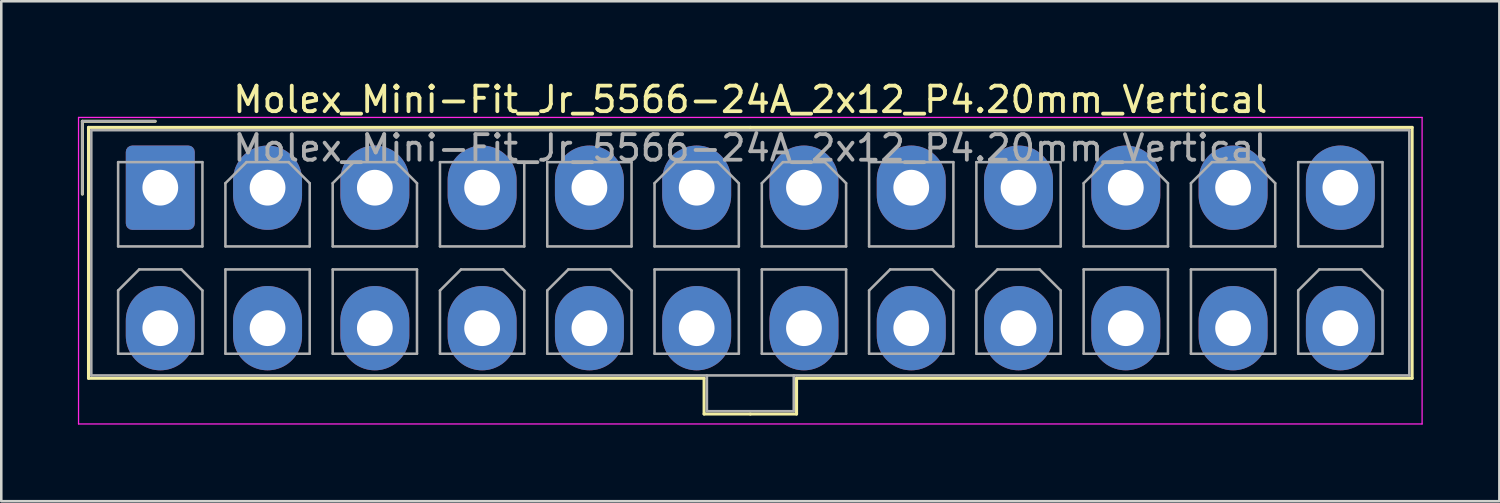
<source format=kicad_pcb>
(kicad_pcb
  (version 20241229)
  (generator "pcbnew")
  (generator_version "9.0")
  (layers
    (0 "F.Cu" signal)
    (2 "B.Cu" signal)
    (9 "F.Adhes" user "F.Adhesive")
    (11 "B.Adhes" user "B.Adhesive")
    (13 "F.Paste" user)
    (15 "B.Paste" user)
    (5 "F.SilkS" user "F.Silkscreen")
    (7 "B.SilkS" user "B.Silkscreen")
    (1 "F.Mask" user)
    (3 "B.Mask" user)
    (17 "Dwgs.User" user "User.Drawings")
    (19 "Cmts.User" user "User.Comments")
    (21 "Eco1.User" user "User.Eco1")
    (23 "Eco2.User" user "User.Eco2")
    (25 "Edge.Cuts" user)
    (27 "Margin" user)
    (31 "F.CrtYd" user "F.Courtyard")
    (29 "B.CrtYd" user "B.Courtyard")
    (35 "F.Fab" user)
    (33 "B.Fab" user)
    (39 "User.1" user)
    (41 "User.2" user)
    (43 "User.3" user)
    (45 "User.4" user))
  (footprint "Molex_Mini-Fit_Jr_5566-24A_2x12_P4.20mm_Vertical"
    (layer "F.Cu")
    (at 3.225 4.298)
    (property "Reference" "Molex_Mini-Fit_Jr_5566-24A_2x12_P4.20mm_Vertical" (at 23.1 -3.45 0) (layer "F.SilkS") (effects (font (size 1 1) (thickness 0.15))))
    (attr through_hole)
    (fp_line (start -3.05 -2.6) (end -3.05 0.25) (stroke (width 0.12) (type solid)) (layer "F.SilkS"))
    (fp_line (start -2.81 -2.36) (end -2.81 7.46) (stroke (width 0.12) (type solid)) (layer "F.SilkS"))
    (fp_line (start -2.81 7.46) (end 21.29 7.46) (stroke (width 0.12) (type solid)) (layer "F.SilkS"))
    (fp_line (start -0.2 -2.6) (end -3.05 -2.6) (stroke (width 0.12) (type solid)) (layer "F.SilkS"))
    (fp_line (start 21.29 7.46) (end 21.29 8.86) (stroke (width 0.12) (type solid)) (layer "F.SilkS"))
    (fp_line (start 21.29 8.86) (end 23.1 8.86) (stroke (width 0.12) (type solid)) (layer "F.SilkS"))
    (fp_line (start 23.1 -2.36) (end -2.81 -2.36) (stroke (width 0.12) (type solid)) (layer "F.SilkS"))
    (fp_line (start 23.1 -2.36) (end 49.01 -2.36) (stroke (width 0.12) (type solid)) (layer "F.SilkS"))
    (fp_line (start 24.91 7.46) (end 24.91 8.86) (stroke (width 0.12) (type solid)) (layer "F.SilkS"))
    (fp_line (start 24.91 8.86) (end 23.1 8.86) (stroke (width 0.12) (type solid)) (layer "F.SilkS"))
    (fp_line (start 49.01 -2.36) (end 49.01 7.46) (stroke (width 0.12) (type solid)) (layer "F.SilkS"))
    (fp_line (start 49.01 7.46) (end 24.91 7.46) (stroke (width 0.12) (type solid)) (layer "F.SilkS"))
    (fp_line (start -3.2 -2.75) (end -3.2 9.25) (stroke (width 0.05) (type solid)) (layer "F.CrtYd"))
    (fp_line (start -3.2 9.25) (end 49.4 9.25) (stroke (width 0.05) (type solid)) (layer "F.CrtYd"))
    (fp_line (start 49.4 -2.75) (end -3.2 -2.75) (stroke (width 0.05) (type solid)) (layer "F.CrtYd"))
    (fp_line (start 49.4 9.25) (end 49.4 -2.75) (stroke (width 0.05) (type solid)) (layer "F.CrtYd"))
    (fp_line (start -3.05 -2.6) (end -3.05 0.25) (stroke (width 0.1) (type solid)) (layer "F.Fab"))
    (fp_line (start -2.7 -2.25) (end -2.7 7.35) (stroke (width 0.1) (type solid)) (layer "F.Fab"))
    (fp_line (start -2.7 7.35) (end 48.9 7.35) (stroke (width 0.1) (type solid)) (layer "F.Fab"))
    (fp_line (start -1.65 -1) (end -1.65 2.3) (stroke (width 0.1) (type solid)) (layer "F.Fab"))
    (fp_line (start -1.65 2.3) (end 1.65 2.3) (stroke (width 0.1) (type solid)) (layer "F.Fab"))
    (fp_line (start -1.65 4.025) (end -0.825 3.2) (stroke (width 0.1) (type solid)) (layer "F.Fab"))
    (fp_line (start -1.65 6.5) (end -1.65 4.025) (stroke (width 0.1) (type solid)) (layer "F.Fab"))
    (fp_line (start -0.825 3.2) (end 0.825 3.2) (stroke (width 0.1) (type solid)) (layer "F.Fab"))
    (fp_line (start -0.2 -2.6) (end -3.05 -2.6) (stroke (width 0.1) (type solid)) (layer "F.Fab"))
    (fp_line (start 0.825 3.2) (end 1.65 4.025) (stroke (width 0.1) (type solid)) (layer "F.Fab"))
    (fp_line (start 1.65 -1) (end -1.65 -1) (stroke (width 0.1) (type solid)) (layer "F.Fab"))
    (fp_line (start 1.65 2.3) (end 1.65 -1) (stroke (width 0.1) (type solid)) (layer "F.Fab"))
    (fp_line (start 1.65 4.025) (end 1.65 6.5) (stroke (width 0.1) (type solid)) (layer "F.Fab"))
    (fp_line (start 1.65 6.5) (end -1.65 6.5) (stroke (width 0.1) (type solid)) (layer "F.Fab"))
    (fp_line (start 2.55 -0.175) (end 3.375 -1) (stroke (width 0.1) (type solid)) (layer "F.Fab"))
    (fp_line (start 2.55 2.3) (end 2.55 -0.175) (stroke (width 0.1) (type solid)) (layer "F.Fab"))
    (fp_line (start 2.55 3.2) (end 2.55 6.5) (stroke (width 0.1) (type solid)) (layer "F.Fab"))
    (fp_line (start 2.55 6.5) (end 5.85 6.5) (stroke (width 0.1) (type solid)) (layer "F.Fab"))
    (fp_line (start 3.375 -1) (end 5.025 -1) (stroke (width 0.1) (type solid)) (layer "F.Fab"))
    (fp_line (start 5.025 -1) (end 5.85 -0.175) (stroke (width 0.1) (type solid)) (layer "F.Fab"))
    (fp_line (start 5.85 -0.175) (end 5.85 2.3) (stroke (width 0.1) (type solid)) (layer "F.Fab"))
    (fp_line (start 5.85 2.3) (end 2.55 2.3) (stroke (width 0.1) (type solid)) (layer "F.Fab"))
    (fp_line (start 5.85 3.2) (end 2.55 3.2) (stroke (width 0.1) (type solid)) (layer "F.Fab"))
    (fp_line (start 5.85 6.5) (end 5.85 3.2) (stroke (width 0.1) (type solid)) (layer "F.Fab"))
    (fp_line (start 6.75 -0.175) (end 7.575 -1) (stroke (width 0.1) (type solid)) (layer "F.Fab"))
    (fp_line (start 6.75 2.3) (end 6.75 -0.175) (stroke (width 0.1) (type solid)) (layer "F.Fab"))
    (fp_line (start 6.75 3.2) (end 6.75 6.5) (stroke (width 0.1) (type solid)) (layer "F.Fab"))
    (fp_line (start 6.75 6.5) (end 10.05 6.5) (stroke (width 0.1) (type solid)) (layer "F.Fab"))
    (fp_line (start 7.575 -1) (end 9.225 -1) (stroke (width 0.1) (type solid)) (layer "F.Fab"))
    (fp_line (start 9.225 -1) (end 10.05 -0.175) (stroke (width 0.1) (type solid)) (layer "F.Fab"))
    (fp_line (start 10.05 -0.175) (end 10.05 2.3) (stroke (width 0.1) (type solid)) (layer "F.Fab"))
    (fp_line (start 10.05 2.3) (end 6.75 2.3) (stroke (width 0.1) (type solid)) (layer "F.Fab"))
    (fp_line (start 10.05 3.2) (end 6.75 3.2) (stroke (width 0.1) (type solid)) (layer "F.Fab"))
    (fp_line (start 10.05 6.5) (end 10.05 3.2) (stroke (width 0.1) (type solid)) (layer "F.Fab"))
    (fp_line (start 10.95 -1) (end 10.95 2.3) (stroke (width 0.1) (type solid)) (layer "F.Fab"))
    (fp_line (start 10.95 2.3) (end 14.25 2.3) (stroke (width 0.1) (type solid)) (layer "F.Fab"))
    (fp_line (start 10.95 4.025) (end 11.775 3.2) (stroke (width 0.1) (type solid)) (layer "F.Fab"))
    (fp_line (start 10.95 6.5) (end 10.95 4.025) (stroke (width 0.1) (type solid)) (layer "F.Fab"))
    (fp_line (start 11.775 3.2) (end 13.425 3.2) (stroke (width 0.1) (type solid)) (layer "F.Fab"))
    (fp_line (start 13.425 3.2) (end 14.25 4.025) (stroke (width 0.1) (type solid)) (layer "F.Fab"))
    (fp_line (start 14.25 -1) (end 10.95 -1) (stroke (width 0.1) (type solid)) (layer "F.Fab"))
    (fp_line (start 14.25 2.3) (end 14.25 -1) (stroke (width 0.1) (type solid)) (layer "F.Fab"))
    (fp_line (start 14.25 4.025) (end 14.25 6.5) (stroke (width 0.1) (type solid)) (layer "F.Fab"))
    (fp_line (start 14.25 6.5) (end 10.95 6.5) (stroke (width 0.1) (type solid)) (layer "F.Fab"))
    (fp_line (start 15.15 -1) (end 15.15 2.3) (stroke (width 0.1) (type solid)) (layer "F.Fab"))
    (fp_line (start 15.15 2.3) (end 18.45 2.3) (stroke (width 0.1) (type solid)) (layer "F.Fab"))
    (fp_line (start 15.15 4.025) (end 15.975 3.2) (stroke (width 0.1) (type solid)) (layer "F.Fab"))
    (fp_line (start 15.15 6.5) (end 15.15 4.025) (stroke (width 0.1) (type solid)) (layer "F.Fab"))
    (fp_line (start 15.975 3.2) (end 17.625 3.2) (stroke (width 0.1) (type solid)) (layer "F.Fab"))
    (fp_line (start 17.625 3.2) (end 18.45 4.025) (stroke (width 0.1) (type solid)) (layer "F.Fab"))
    (fp_line (start 18.45 -1) (end 15.15 -1) (stroke (width 0.1) (type solid)) (layer "F.Fab"))
    (fp_line (start 18.45 2.3) (end 18.45 -1) (stroke (width 0.1) (type solid)) (layer "F.Fab"))
    (fp_line (start 18.45 4.025) (end 18.45 6.5) (stroke (width 0.1) (type solid)) (layer "F.Fab"))
    (fp_line (start 18.45 6.5) (end 15.15 6.5) (stroke (width 0.1) (type solid)) (layer "F.Fab"))
    (fp_line (start 19.35 -0.175) (end 20.175 -1) (stroke (width 0.1) (type solid)) (layer "F.Fab"))
    (fp_line (start 19.35 2.3) (end 19.35 -0.175) (stroke (width 0.1) (type solid)) (layer "F.Fab"))
    (fp_line (start 19.35 3.2) (end 19.35 6.5) (stroke (width 0.1) (type solid)) (layer "F.Fab"))
    (fp_line (start 19.35 6.5) (end 22.65 6.5) (stroke (width 0.1) (type solid)) (layer "F.Fab"))
    (fp_line (start 20.175 -1) (end 21.825 -1) (stroke (width 0.1) (type solid)) (layer "F.Fab"))
    (fp_line (start 21.4 7.35) (end 21.4 8.75) (stroke (width 0.1) (type solid)) (layer "F.Fab"))
    (fp_line (start 21.4 8.75) (end 24.8 8.75) (stroke (width 0.1) (type solid)) (layer "F.Fab"))
    (fp_line (start 21.825 -1) (end 22.65 -0.175) (stroke (width 0.1) (type solid)) (layer "F.Fab"))
    (fp_line (start 22.65 -0.175) (end 22.65 2.3) (stroke (width 0.1) (type solid)) (layer "F.Fab"))
    (fp_line (start 22.65 2.3) (end 19.35 2.3) (stroke (width 0.1) (type solid)) (layer "F.Fab"))
    (fp_line (start 22.65 3.2) (end 19.35 3.2) (stroke (width 0.1) (type solid)) (layer "F.Fab"))
    (fp_line (start 22.65 6.5) (end 22.65 3.2) (stroke (width 0.1) (type solid)) (layer "F.Fab"))
    (fp_line (start 23.55 -0.175) (end 24.375 -1) (stroke (width 0.1) (type solid)) (layer "F.Fab"))
    (fp_line (start 23.55 2.3) (end 23.55 -0.175) (stroke (width 0.1) (type solid)) (layer "F.Fab"))
    (fp_line (start 23.55 3.2) (end 23.55 6.5) (stroke (width 0.1) (type solid)) (layer "F.Fab"))
    (fp_line (start 23.55 6.5) (end 26.85 6.5) (stroke (width 0.1) (type solid)) (layer "F.Fab"))
    (fp_line (start 24.375 -1) (end 26.025 -1) (stroke (width 0.1) (type solid)) (layer "F.Fab"))
    (fp_line (start 24.8 8.75) (end 24.8 7.35) (stroke (width 0.1) (type solid)) (layer "F.Fab"))
    (fp_line (start 26.025 -1) (end 26.85 -0.175) (stroke (width 0.1) (type solid)) (layer "F.Fab"))
    (fp_line (start 26.85 -0.175) (end 26.85 2.3) (stroke (width 0.1) (type solid)) (layer "F.Fab"))
    (fp_line (start 26.85 2.3) (end 23.55 2.3) (stroke (width 0.1) (type solid)) (layer "F.Fab"))
    (fp_line (start 26.85 3.2) (end 23.55 3.2) (stroke (width 0.1) (type solid)) (layer "F.Fab"))
    (fp_line (start 26.85 6.5) (end 26.85 3.2) (stroke (width 0.1) (type solid)) (layer "F.Fab"))
    (fp_line (start 27.75 -1) (end 27.75 2.3) (stroke (width 0.1) (type solid)) (layer "F.Fab"))
    (fp_line (start 27.75 2.3) (end 31.05 2.3) (stroke (width 0.1) (type solid)) (layer "F.Fab"))
    (fp_line (start 27.75 4.025) (end 28.575 3.2) (stroke (width 0.1) (type solid)) (layer "F.Fab"))
    (fp_line (start 27.75 6.5) (end 27.75 4.025) (stroke (width 0.1) (type solid)) (layer "F.Fab"))
    (fp_line (start 28.575 3.2) (end 30.225 3.2) (stroke (width 0.1) (type solid)) (layer "F.Fab"))
    (fp_line (start 30.225 3.2) (end 31.05 4.025) (stroke (width 0.1) (type solid)) (layer "F.Fab"))
    (fp_line (start 31.05 -1) (end 27.75 -1) (stroke (width 0.1) (type solid)) (layer "F.Fab"))
    (fp_line (start 31.05 2.3) (end 31.05 -1) (stroke (width 0.1) (type solid)) (layer "F.Fab"))
    (fp_line (start 31.05 4.025) (end 31.05 6.5) (stroke (width 0.1) (type solid)) (layer "F.Fab"))
    (fp_line (start 31.05 6.5) (end 27.75 6.5) (stroke (width 0.1) (type solid)) (layer "F.Fab"))
    (fp_line (start 31.95 -1) (end 31.95 2.3) (stroke (width 0.1) (type solid)) (layer "F.Fab"))
    (fp_line (start 31.95 2.3) (end 35.25 2.3) (stroke (width 0.1) (type solid)) (layer "F.Fab"))
    (fp_line (start 31.95 4.025) (end 32.775 3.2) (stroke (width 0.1) (type solid)) (layer "F.Fab"))
    (fp_line (start 31.95 6.5) (end 31.95 4.025) (stroke (width 0.1) (type solid)) (layer "F.Fab"))
    (fp_line (start 32.775 3.2) (end 34.425 3.2) (stroke (width 0.1) (type solid)) (layer "F.Fab"))
    (fp_line (start 34.425 3.2) (end 35.25 4.025) (stroke (width 0.1) (type solid)) (layer "F.Fab"))
    (fp_line (start 35.25 -1) (end 31.95 -1) (stroke (width 0.1) (type solid)) (layer "F.Fab"))
    (fp_line (start 35.25 2.3) (end 35.25 -1) (stroke (width 0.1) (type solid)) (layer "F.Fab"))
    (fp_line (start 35.25 4.025) (end 35.25 6.5) (stroke (width 0.1) (type solid)) (layer "F.Fab"))
    (fp_line (start 35.25 6.5) (end 31.95 6.5) (stroke (width 0.1) (type solid)) (layer "F.Fab"))
    (fp_line (start 36.15 -0.175) (end 36.975 -1) (stroke (width 0.1) (type solid)) (layer "F.Fab"))
    (fp_line (start 36.15 2.3) (end 36.15 -0.175) (stroke (width 0.1) (type solid)) (layer "F.Fab"))
    (fp_line (start 36.15 3.2) (end 36.15 6.5) (stroke (width 0.1) (type solid)) (layer "F.Fab"))
    (fp_line (start 36.15 6.5) (end 39.45 6.5) (stroke (width 0.1) (type solid)) (layer "F.Fab"))
    (fp_line (start 36.975 -1) (end 38.625 -1) (stroke (width 0.1) (type solid)) (layer "F.Fab"))
    (fp_line (start 38.625 -1) (end 39.45 -0.175) (stroke (width 0.1) (type solid)) (layer "F.Fab"))
    (fp_line (start 39.45 -0.175) (end 39.45 2.3) (stroke (width 0.1) (type solid)) (layer "F.Fab"))
    (fp_line (start 39.45 2.3) (end 36.15 2.3) (stroke (width 0.1) (type solid)) (layer "F.Fab"))
    (fp_line (start 39.45 3.2) (end 36.15 3.2) (stroke (width 0.1) (type solid)) (layer "F.Fab"))
    (fp_line (start 39.45 6.5) (end 39.45 3.2) (stroke (width 0.1) (type solid)) (layer "F.Fab"))
    (fp_line (start 40.35 -0.175) (end 41.175 -1) (stroke (width 0.1) (type solid)) (layer "F.Fab"))
    (fp_line (start 40.35 2.3) (end 40.35 -0.175) (stroke (width 0.1) (type solid)) (layer "F.Fab"))
    (fp_line (start 40.35 3.2) (end 40.35 6.5) (stroke (width 0.1) (type solid)) (layer "F.Fab"))
    (fp_line (start 40.35 6.5) (end 43.65 6.5) (stroke (width 0.1) (type solid)) (layer "F.Fab"))
    (fp_line (start 41.175 -1) (end 42.825 -1) (stroke (width 0.1) (type solid)) (layer "F.Fab"))
    (fp_line (start 42.825 -1) (end 43.65 -0.175) (stroke (width 0.1) (type solid)) (layer "F.Fab"))
    (fp_line (start 43.65 -0.175) (end 43.65 2.3) (stroke (width 0.1) (type solid)) (layer "F.Fab"))
    (fp_line (start 43.65 2.3) (end 40.35 2.3) (stroke (width 0.1) (type solid)) (layer "F.Fab"))
    (fp_line (start 43.65 3.2) (end 40.35 3.2) (stroke (width 0.1) (type solid)) (layer "F.Fab"))
    (fp_line (start 43.65 6.5) (end 43.65 3.2) (stroke (width 0.1) (type solid)) (layer "F.Fab"))
    (fp_line (start 44.55 -1) (end 44.55 2.3) (stroke (width 0.1) (type solid)) (layer "F.Fab"))
    (fp_line (start 44.55 2.3) (end 47.85 2.3) (stroke (width 0.1) (type solid)) (layer "F.Fab"))
    (fp_line (start 44.55 4.025) (end 45.375 3.2) (stroke (width 0.1) (type solid)) (layer "F.Fab"))
    (fp_line (start 44.55 6.5) (end 44.55 4.025) (stroke (width 0.1) (type solid)) (layer "F.Fab"))
    (fp_line (start 45.375 3.2) (end 47.025 3.2) (stroke (width 0.1) (type solid)) (layer "F.Fab"))
    (fp_line (start 47.025 3.2) (end 47.85 4.025) (stroke (width 0.1) (type solid)) (layer "F.Fab"))
    (fp_line (start 47.85 -1) (end 44.55 -1) (stroke (width 0.1) (type solid)) (layer "F.Fab"))
    (fp_line (start 47.85 2.3) (end 47.85 -1) (stroke (width 0.1) (type solid)) (layer "F.Fab"))
    (fp_line (start 47.85 4.025) (end 47.85 6.5) (stroke (width 0.1) (type solid)) (layer "F.Fab"))
    (fp_line (start 47.85 6.5) (end 44.55 6.5) (stroke (width 0.1) (type solid)) (layer "F.Fab"))
    (fp_line (start 48.9 -2.25) (end -2.7 -2.25) (stroke (width 0.1) (type solid)) (layer "F.Fab"))
    (fp_line (start 48.9 7.35) (end 48.9 -2.25) (stroke (width 0.1) (type solid)) (layer "F.Fab"))
    (fp_text user "${REFERENCE}" (at 23.1 -1.55 0) (layer "F.Fab") (effects (font (size 1 1) (thickness 0.15))))
    (pad "1" thru_hole roundrect (at 0 0) (size 2.7 3.3) (drill 1.4) (layers "*.Cu" "*.Mask") (roundrect_rratio 0.093))
    (pad "2" thru_hole oval (at 4.2 0) (size 2.7 3.3) (drill 1.4) (layers "*.Cu" "*.Mask"))
    (pad "3" thru_hole oval (at 8.4 0) (size 2.7 3.3) (drill 1.4) (layers "*.Cu" "*.Mask"))
    (pad "4" thru_hole oval (at 12.6 0) (size 2.7 3.3) (drill 1.4) (layers "*.Cu" "*.Mask"))
    (pad "5" thru_hole oval (at 16.8 0) (size 2.7 3.3) (drill 1.4) (layers "*.Cu" "*.Mask"))
    (pad "6" thru_hole oval (at 21 0) (size 2.7 3.3) (drill 1.4) (layers "*.Cu" "*.Mask"))
    (pad "7" thru_hole oval (at 25.2 0) (size 2.7 3.3) (drill 1.4) (layers "*.Cu" "*.Mask"))
    (pad "8" thru_hole oval (at 29.4 0) (size 2.7 3.3) (drill 1.4) (layers "*.Cu" "*.Mask"))
    (pad "9" thru_hole oval (at 33.6 0) (size 2.7 3.3) (drill 1.4) (layers "*.Cu" "*.Mask"))
    (pad "10" thru_hole oval (at 37.8 0) (size 2.7 3.3) (drill 1.4) (layers "*.Cu" "*.Mask"))
    (pad "11" thru_hole oval (at 42 0) (size 2.7 3.3) (drill 1.4) (layers "*.Cu" "*.Mask"))
    (pad "12" thru_hole oval (at 46.2 0) (size 2.7 3.3) (drill 1.4) (layers "*.Cu" "*.Mask"))
    (pad "13" thru_hole oval (at 0 5.5) (size 2.7 3.3) (drill 1.4) (layers "*.Cu" "*.Mask"))
    (pad "14" thru_hole oval (at 4.2 5.5) (size 2.7 3.3) (drill 1.4) (layers "*.Cu" "*.Mask"))
    (pad "15" thru_hole oval (at 8.4 5.5) (size 2.7 3.3) (drill 1.4) (layers "*.Cu" "*.Mask"))
    (pad "16" thru_hole oval (at 12.6 5.5) (size 2.7 3.3) (drill 1.4) (layers "*.Cu" "*.Mask"))
    (pad "17" thru_hole oval (at 16.8 5.5) (size 2.7 3.3) (drill 1.4) (layers "*.Cu" "*.Mask"))
    (pad "18" thru_hole oval (at 21 5.5) (size 2.7 3.3) (drill 1.4) (layers "*.Cu" "*.Mask"))
    (pad "19" thru_hole oval (at 25.2 5.5) (size 2.7 3.3) (drill 1.4) (layers "*.Cu" "*.Mask"))
    (pad "20" thru_hole oval (at 29.4 5.5) (size 2.7 3.3) (drill 1.4) (layers "*.Cu" "*.Mask"))
    (pad "21" thru_hole oval (at 33.6 5.5) (size 2.7 3.3) (drill 1.4) (layers "*.Cu" "*.Mask"))
    (pad "22" thru_hole oval (at 37.8 5.5) (size 2.7 3.3) (drill 1.4) (layers "*.Cu" "*.Mask"))
    (pad "23" thru_hole oval (at 42 5.5) (size 2.7 3.3) (drill 1.4) (layers "*.Cu" "*.Mask"))
    (pad "24" thru_hole oval (at 46.2 5.5) (size 2.7 3.3) (drill 1.4) (layers "*.Cu" "*.Mask")))
  (gr_rect
    (start -3 -3)
    (end 55.65 16.573)
    (stroke (width 0.1) (type default))
    (fill no)
    (layer "Edge.Cuts")))
</source>
